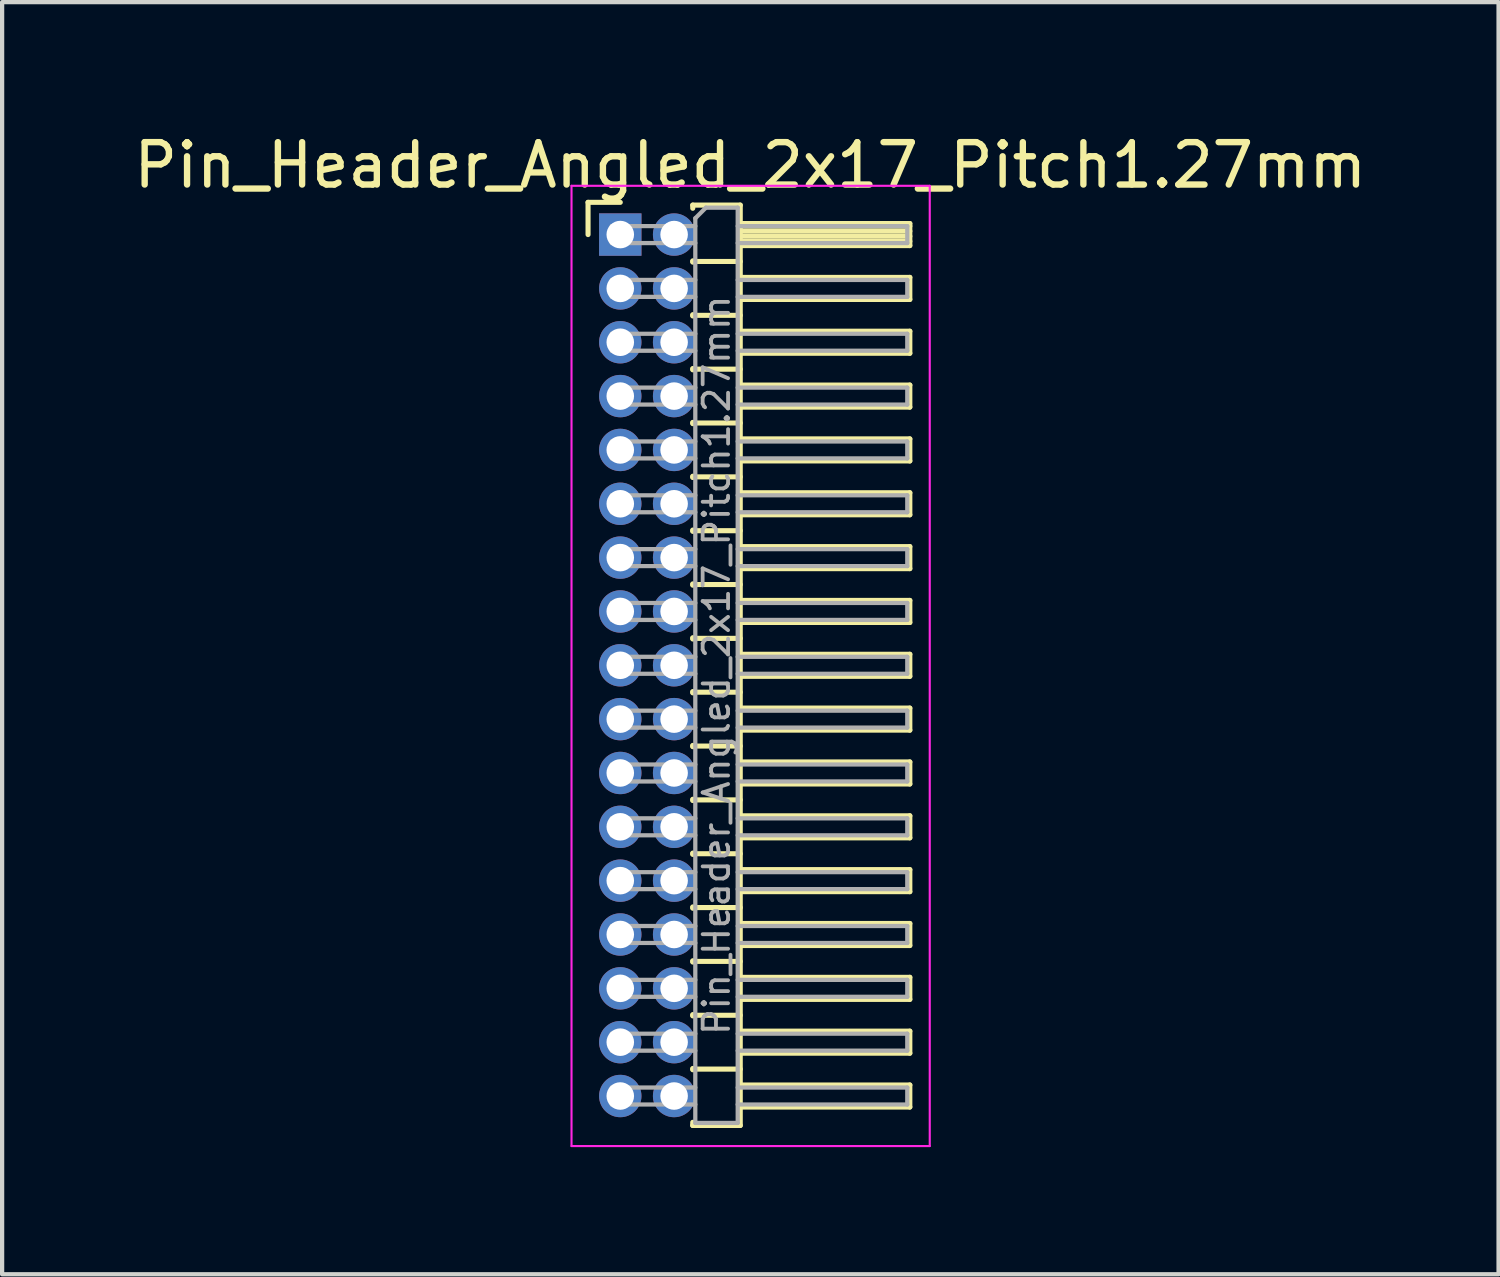
<source format=kicad_pcb>
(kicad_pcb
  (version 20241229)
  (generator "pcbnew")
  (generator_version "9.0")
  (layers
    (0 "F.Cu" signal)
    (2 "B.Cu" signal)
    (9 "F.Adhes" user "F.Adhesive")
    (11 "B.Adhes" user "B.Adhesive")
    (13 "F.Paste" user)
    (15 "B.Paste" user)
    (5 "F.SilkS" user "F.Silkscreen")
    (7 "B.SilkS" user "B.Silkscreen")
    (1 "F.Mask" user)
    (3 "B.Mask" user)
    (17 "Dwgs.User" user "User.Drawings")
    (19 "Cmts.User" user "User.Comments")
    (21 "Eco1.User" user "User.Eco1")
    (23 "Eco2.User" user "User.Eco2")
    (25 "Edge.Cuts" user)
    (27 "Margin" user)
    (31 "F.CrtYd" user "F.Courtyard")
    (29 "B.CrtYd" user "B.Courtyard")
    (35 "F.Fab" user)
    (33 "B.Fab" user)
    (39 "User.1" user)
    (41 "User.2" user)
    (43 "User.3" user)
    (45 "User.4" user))
  (footprint "Pin_Header_Angled_2x17_Pitch1.27mm"
    (layer "F.Cu")
    (at 11.581 2.483)
    (property "Reference" "Pin_Header_Angled_2x17_Pitch1.27mm" (at 3.067 -1.635 0) (layer "F.SilkS") (effects (font (size 1 1) (thickness 0.15))))
    (attr through_hole)
    (fp_line (start -0.76 -0.76) (end 0 -0.76) (stroke (width 0.12) (type solid)) (layer "F.SilkS"))
    (fp_line (start -0.76 0) (end -0.76 -0.76) (stroke (width 0.12) (type solid)) (layer "F.SilkS"))
    (fp_line (start 1.71 -0.695) (end 2.83 -0.695) (stroke (width 0.12) (type solid)) (layer "F.SilkS"))
    (fp_line (start 1.71 -0.62) (end 1.71 -0.695) (stroke (width 0.12) (type solid)) (layer "F.SilkS"))
    (fp_line (start 1.71 0.62) (end 1.71 0.65) (stroke (width 0.12) (type solid)) (layer "F.SilkS"))
    (fp_line (start 1.71 0.635) (end 2.83 0.635) (stroke (width 0.12) (type solid)) (layer "F.SilkS"))
    (fp_line (start 1.71 1.89) (end 1.71 1.92) (stroke (width 0.12) (type solid)) (layer "F.SilkS"))
    (fp_line (start 1.71 1.905) (end 2.83 1.905) (stroke (width 0.12) (type solid)) (layer "F.SilkS"))
    (fp_line (start 1.71 3.16) (end 1.71 3.19) (stroke (width 0.12) (type solid)) (layer "F.SilkS"))
    (fp_line (start 1.71 3.175) (end 2.83 3.175) (stroke (width 0.12) (type solid)) (layer "F.SilkS"))
    (fp_line (start 1.71 4.43) (end 1.71 4.46) (stroke (width 0.12) (type solid)) (layer "F.SilkS"))
    (fp_line (start 1.71 4.445) (end 2.83 4.445) (stroke (width 0.12) (type solid)) (layer "F.SilkS"))
    (fp_line (start 1.71 5.7) (end 1.71 5.73) (stroke (width 0.12) (type solid)) (layer "F.SilkS"))
    (fp_line (start 1.71 5.715) (end 2.83 5.715) (stroke (width 0.12) (type solid)) (layer "F.SilkS"))
    (fp_line (start 1.71 6.97) (end 1.71 7) (stroke (width 0.12) (type solid)) (layer "F.SilkS"))
    (fp_line (start 1.71 6.985) (end 2.83 6.985) (stroke (width 0.12) (type solid)) (layer "F.SilkS"))
    (fp_line (start 1.71 8.24) (end 1.71 8.27) (stroke (width 0.12) (type solid)) (layer "F.SilkS"))
    (fp_line (start 1.71 8.255) (end 2.83 8.255) (stroke (width 0.12) (type solid)) (layer "F.SilkS"))
    (fp_line (start 1.71 9.51) (end 1.71 9.54) (stroke (width 0.12) (type solid)) (layer "F.SilkS"))
    (fp_line (start 1.71 9.525) (end 2.83 9.525) (stroke (width 0.12) (type solid)) (layer "F.SilkS"))
    (fp_line (start 1.71 10.78) (end 1.71 10.81) (stroke (width 0.12) (type solid)) (layer "F.SilkS"))
    (fp_line (start 1.71 10.795) (end 2.83 10.795) (stroke (width 0.12) (type solid)) (layer "F.SilkS"))
    (fp_line (start 1.71 12.05) (end 1.71 12.08) (stroke (width 0.12) (type solid)) (layer "F.SilkS"))
    (fp_line (start 1.71 12.065) (end 2.83 12.065) (stroke (width 0.12) (type solid)) (layer "F.SilkS"))
    (fp_line (start 1.71 13.32) (end 1.71 13.35) (stroke (width 0.12) (type solid)) (layer "F.SilkS"))
    (fp_line (start 1.71 13.335) (end 2.83 13.335) (stroke (width 0.12) (type solid)) (layer "F.SilkS"))
    (fp_line (start 1.71 14.59) (end 1.71 14.62) (stroke (width 0.12) (type solid)) (layer "F.SilkS"))
    (fp_line (start 1.71 14.605) (end 2.83 14.605) (stroke (width 0.12) (type solid)) (layer "F.SilkS"))
    (fp_line (start 1.71 15.86) (end 1.71 15.89) (stroke (width 0.12) (type solid)) (layer "F.SilkS"))
    (fp_line (start 1.71 15.875) (end 2.83 15.875) (stroke (width 0.12) (type solid)) (layer "F.SilkS"))
    (fp_line (start 1.71 17.13) (end 1.71 17.16) (stroke (width 0.12) (type solid)) (layer "F.SilkS"))
    (fp_line (start 1.71 17.145) (end 2.83 17.145) (stroke (width 0.12) (type solid)) (layer "F.SilkS"))
    (fp_line (start 1.71 18.4) (end 1.71 18.43) (stroke (width 0.12) (type solid)) (layer "F.SilkS"))
    (fp_line (start 1.71 18.415) (end 2.83 18.415) (stroke (width 0.12) (type solid)) (layer "F.SilkS"))
    (fp_line (start 1.71 19.67) (end 1.71 19.7) (stroke (width 0.12) (type solid)) (layer "F.SilkS"))
    (fp_line (start 1.71 19.685) (end 2.83 19.685) (stroke (width 0.12) (type solid)) (layer "F.SilkS"))
    (fp_line (start 1.71 21.015) (end 1.71 20.94) (stroke (width 0.12) (type solid)) (layer "F.SilkS"))
    (fp_line (start 2.83 -0.695) (end 2.83 21.015) (stroke (width 0.12) (type solid)) (layer "F.SilkS"))
    (fp_line (start 2.83 -0.26) (end 6.83 -0.26) (stroke (width 0.12) (type solid)) (layer "F.SilkS"))
    (fp_line (start 2.83 -0.2) (end 6.83 -0.2) (stroke (width 0.12) (type solid)) (layer "F.SilkS"))
    (fp_line (start 2.83 -0.08) (end 6.83 -0.08) (stroke (width 0.12) (type solid)) (layer "F.SilkS"))
    (fp_line (start 2.83 0.04) (end 6.83 0.04) (stroke (width 0.12) (type solid)) (layer "F.SilkS"))
    (fp_line (start 2.83 0.16) (end 6.83 0.16) (stroke (width 0.12) (type solid)) (layer "F.SilkS"))
    (fp_line (start 2.83 1.01) (end 6.83 1.01) (stroke (width 0.12) (type solid)) (layer "F.SilkS"))
    (fp_line (start 2.83 2.28) (end 6.83 2.28) (stroke (width 0.12) (type solid)) (layer "F.SilkS"))
    (fp_line (start 2.83 3.55) (end 6.83 3.55) (stroke (width 0.12) (type solid)) (layer "F.SilkS"))
    (fp_line (start 2.83 4.82) (end 6.83 4.82) (stroke (width 0.12) (type solid)) (layer "F.SilkS"))
    (fp_line (start 2.83 6.09) (end 6.83 6.09) (stroke (width 0.12) (type solid)) (layer "F.SilkS"))
    (fp_line (start 2.83 7.36) (end 6.83 7.36) (stroke (width 0.12) (type solid)) (layer "F.SilkS"))
    (fp_line (start 2.83 8.63) (end 6.83 8.63) (stroke (width 0.12) (type solid)) (layer "F.SilkS"))
    (fp_line (start 2.83 9.9) (end 6.83 9.9) (stroke (width 0.12) (type solid)) (layer "F.SilkS"))
    (fp_line (start 2.83 11.17) (end 6.83 11.17) (stroke (width 0.12) (type solid)) (layer "F.SilkS"))
    (fp_line (start 2.83 12.44) (end 6.83 12.44) (stroke (width 0.12) (type solid)) (layer "F.SilkS"))
    (fp_line (start 2.83 13.71) (end 6.83 13.71) (stroke (width 0.12) (type solid)) (layer "F.SilkS"))
    (fp_line (start 2.83 14.98) (end 6.83 14.98) (stroke (width 0.12) (type solid)) (layer "F.SilkS"))
    (fp_line (start 2.83 16.25) (end 6.83 16.25) (stroke (width 0.12) (type solid)) (layer "F.SilkS"))
    (fp_line (start 2.83 17.52) (end 6.83 17.52) (stroke (width 0.12) (type solid)) (layer "F.SilkS"))
    (fp_line (start 2.83 18.79) (end 6.83 18.79) (stroke (width 0.12) (type solid)) (layer "F.SilkS"))
    (fp_line (start 2.83 20.06) (end 6.83 20.06) (stroke (width 0.12) (type solid)) (layer "F.SilkS"))
    (fp_line (start 2.83 21.015) (end 1.71 21.015) (stroke (width 0.12) (type solid)) (layer "F.SilkS"))
    (fp_line (start 6.83 -0.26) (end 6.83 0.26) (stroke (width 0.12) (type solid)) (layer "F.SilkS"))
    (fp_line (start 6.83 0.26) (end 2.83 0.26) (stroke (width 0.12) (type solid)) (layer "F.SilkS"))
    (fp_line (start 6.83 1.01) (end 6.83 1.53) (stroke (width 0.12) (type solid)) (layer "F.SilkS"))
    (fp_line (start 6.83 1.53) (end 2.83 1.53) (stroke (width 0.12) (type solid)) (layer "F.SilkS"))
    (fp_line (start 6.83 2.28) (end 6.83 2.8) (stroke (width 0.12) (type solid)) (layer "F.SilkS"))
    (fp_line (start 6.83 2.8) (end 2.83 2.8) (stroke (width 0.12) (type solid)) (layer "F.SilkS"))
    (fp_line (start 6.83 3.55) (end 6.83 4.07) (stroke (width 0.12) (type solid)) (layer "F.SilkS"))
    (fp_line (start 6.83 4.07) (end 2.83 4.07) (stroke (width 0.12) (type solid)) (layer "F.SilkS"))
    (fp_line (start 6.83 4.82) (end 6.83 5.34) (stroke (width 0.12) (type solid)) (layer "F.SilkS"))
    (fp_line (start 6.83 5.34) (end 2.83 5.34) (stroke (width 0.12) (type solid)) (layer "F.SilkS"))
    (fp_line (start 6.83 6.09) (end 6.83 6.61) (stroke (width 0.12) (type solid)) (layer "F.SilkS"))
    (fp_line (start 6.83 6.61) (end 2.83 6.61) (stroke (width 0.12) (type solid)) (layer "F.SilkS"))
    (fp_line (start 6.83 7.36) (end 6.83 7.88) (stroke (width 0.12) (type solid)) (layer "F.SilkS"))
    (fp_line (start 6.83 7.88) (end 2.83 7.88) (stroke (width 0.12) (type solid)) (layer "F.SilkS"))
    (fp_line (start 6.83 8.63) (end 6.83 9.15) (stroke (width 0.12) (type solid)) (layer "F.SilkS"))
    (fp_line (start 6.83 9.15) (end 2.83 9.15) (stroke (width 0.12) (type solid)) (layer "F.SilkS"))
    (fp_line (start 6.83 9.9) (end 6.83 10.42) (stroke (width 0.12) (type solid)) (layer "F.SilkS"))
    (fp_line (start 6.83 10.42) (end 2.83 10.42) (stroke (width 0.12) (type solid)) (layer "F.SilkS"))
    (fp_line (start 6.83 11.17) (end 6.83 11.69) (stroke (width 0.12) (type solid)) (layer "F.SilkS"))
    (fp_line (start 6.83 11.69) (end 2.83 11.69) (stroke (width 0.12) (type solid)) (layer "F.SilkS"))
    (fp_line (start 6.83 12.44) (end 6.83 12.96) (stroke (width 0.12) (type solid)) (layer "F.SilkS"))
    (fp_line (start 6.83 12.96) (end 2.83 12.96) (stroke (width 0.12) (type solid)) (layer "F.SilkS"))
    (fp_line (start 6.83 13.71) (end 6.83 14.23) (stroke (width 0.12) (type solid)) (layer "F.SilkS"))
    (fp_line (start 6.83 14.23) (end 2.83 14.23) (stroke (width 0.12) (type solid)) (layer "F.SilkS"))
    (fp_line (start 6.83 14.98) (end 6.83 15.5) (stroke (width 0.12) (type solid)) (layer "F.SilkS"))
    (fp_line (start 6.83 15.5) (end 2.83 15.5) (stroke (width 0.12) (type solid)) (layer "F.SilkS"))
    (fp_line (start 6.83 16.25) (end 6.83 16.77) (stroke (width 0.12) (type solid)) (layer "F.SilkS"))
    (fp_line (start 6.83 16.77) (end 2.83 16.77) (stroke (width 0.12) (type solid)) (layer "F.SilkS"))
    (fp_line (start 6.83 17.52) (end 6.83 18.04) (stroke (width 0.12) (type solid)) (layer "F.SilkS"))
    (fp_line (start 6.83 18.04) (end 2.83 18.04) (stroke (width 0.12) (type solid)) (layer "F.SilkS"))
    (fp_line (start 6.83 18.79) (end 6.83 19.31) (stroke (width 0.12) (type solid)) (layer "F.SilkS"))
    (fp_line (start 6.83 19.31) (end 2.83 19.31) (stroke (width 0.12) (type solid)) (layer "F.SilkS"))
    (fp_line (start 6.83 20.06) (end 6.83 20.58) (stroke (width 0.12) (type solid)) (layer "F.SilkS"))
    (fp_line (start 6.83 20.58) (end 2.83 20.58) (stroke (width 0.12) (type solid)) (layer "F.SilkS"))
    (fp_line (start -1.15 -1.15) (end -1.15 21.5) (stroke (width 0.05) (type solid)) (layer "F.CrtYd"))
    (fp_line (start -1.15 21.5) (end 7.3 21.5) (stroke (width 0.05) (type solid)) (layer "F.CrtYd"))
    (fp_line (start 7.3 -1.15) (end -1.15 -1.15) (stroke (width 0.05) (type solid)) (layer "F.CrtYd"))
    (fp_line (start 7.3 21.5) (end 7.3 -1.15) (stroke (width 0.05) (type solid)) (layer "F.CrtYd"))
    (fp_line (start -0.2 -0.2) (end -0.2 0.2) (stroke (width 0.1) (type solid)) (layer "F.Fab"))
    (fp_line (start -0.2 -0.2) (end 1.77 -0.2) (stroke (width 0.1) (type solid)) (layer "F.Fab"))
    (fp_line (start -0.2 0.2) (end 1.77 0.2) (stroke (width 0.1) (type solid)) (layer "F.Fab"))
    (fp_line (start -0.2 1.07) (end -0.2 1.47) (stroke (width 0.1) (type solid)) (layer "F.Fab"))
    (fp_line (start -0.2 1.07) (end 1.77 1.07) (stroke (width 0.1) (type solid)) (layer "F.Fab"))
    (fp_line (start -0.2 1.47) (end 1.77 1.47) (stroke (width 0.1) (type solid)) (layer "F.Fab"))
    (fp_line (start -0.2 2.34) (end -0.2 2.74) (stroke (width 0.1) (type solid)) (layer "F.Fab"))
    (fp_line (start -0.2 2.34) (end 1.77 2.34) (stroke (width 0.1) (type solid)) (layer "F.Fab"))
    (fp_line (start -0.2 2.74) (end 1.77 2.74) (stroke (width 0.1) (type solid)) (layer "F.Fab"))
    (fp_line (start -0.2 3.61) (end -0.2 4.01) (stroke (width 0.1) (type solid)) (layer "F.Fab"))
    (fp_line (start -0.2 3.61) (end 1.77 3.61) (stroke (width 0.1) (type solid)) (layer "F.Fab"))
    (fp_line (start -0.2 4.01) (end 1.77 4.01) (stroke (width 0.1) (type solid)) (layer "F.Fab"))
    (fp_line (start -0.2 4.88) (end -0.2 5.28) (stroke (width 0.1) (type solid)) (layer "F.Fab"))
    (fp_line (start -0.2 4.88) (end 1.77 4.88) (stroke (width 0.1) (type solid)) (layer "F.Fab"))
    (fp_line (start -0.2 5.28) (end 1.77 5.28) (stroke (width 0.1) (type solid)) (layer "F.Fab"))
    (fp_line (start -0.2 6.15) (end -0.2 6.55) (stroke (width 0.1) (type solid)) (layer "F.Fab"))
    (fp_line (start -0.2 6.15) (end 1.77 6.15) (stroke (width 0.1) (type solid)) (layer "F.Fab"))
    (fp_line (start -0.2 6.55) (end 1.77 6.55) (stroke (width 0.1) (type solid)) (layer "F.Fab"))
    (fp_line (start -0.2 7.42) (end -0.2 7.82) (stroke (width 0.1) (type solid)) (layer "F.Fab"))
    (fp_line (start -0.2 7.42) (end 1.77 7.42) (stroke (width 0.1) (type solid)) (layer "F.Fab"))
    (fp_line (start -0.2 7.82) (end 1.77 7.82) (stroke (width 0.1) (type solid)) (layer "F.Fab"))
    (fp_line (start -0.2 8.69) (end -0.2 9.09) (stroke (width 0.1) (type solid)) (layer "F.Fab"))
    (fp_line (start -0.2 8.69) (end 1.77 8.69) (stroke (width 0.1) (type solid)) (layer "F.Fab"))
    (fp_line (start -0.2 9.09) (end 1.77 9.09) (stroke (width 0.1) (type solid)) (layer "F.Fab"))
    (fp_line (start -0.2 9.96) (end -0.2 10.36) (stroke (width 0.1) (type solid)) (layer "F.Fab"))
    (fp_line (start -0.2 9.96) (end 1.77 9.96) (stroke (width 0.1) (type solid)) (layer "F.Fab"))
    (fp_line (start -0.2 10.36) (end 1.77 10.36) (stroke (width 0.1) (type solid)) (layer "F.Fab"))
    (fp_line (start -0.2 11.23) (end -0.2 11.63) (stroke (width 0.1) (type solid)) (layer "F.Fab"))
    (fp_line (start -0.2 11.23) (end 1.77 11.23) (stroke (width 0.1) (type solid)) (layer "F.Fab"))
    (fp_line (start -0.2 11.63) (end 1.77 11.63) (stroke (width 0.1) (type solid)) (layer "F.Fab"))
    (fp_line (start -0.2 12.5) (end -0.2 12.9) (stroke (width 0.1) (type solid)) (layer "F.Fab"))
    (fp_line (start -0.2 12.5) (end 1.77 12.5) (stroke (width 0.1) (type solid)) (layer "F.Fab"))
    (fp_line (start -0.2 12.9) (end 1.77 12.9) (stroke (width 0.1) (type solid)) (layer "F.Fab"))
    (fp_line (start -0.2 13.77) (end -0.2 14.17) (stroke (width 0.1) (type solid)) (layer "F.Fab"))
    (fp_line (start -0.2 13.77) (end 1.77 13.77) (stroke (width 0.1) (type solid)) (layer "F.Fab"))
    (fp_line (start -0.2 14.17) (end 1.77 14.17) (stroke (width 0.1) (type solid)) (layer "F.Fab"))
    (fp_line (start -0.2 15.04) (end -0.2 15.44) (stroke (width 0.1) (type solid)) (layer "F.Fab"))
    (fp_line (start -0.2 15.04) (end 1.77 15.04) (stroke (width 0.1) (type solid)) (layer "F.Fab"))
    (fp_line (start -0.2 15.44) (end 1.77 15.44) (stroke (width 0.1) (type solid)) (layer "F.Fab"))
    (fp_line (start -0.2 16.31) (end -0.2 16.71) (stroke (width 0.1) (type solid)) (layer "F.Fab"))
    (fp_line (start -0.2 16.31) (end 1.77 16.31) (stroke (width 0.1) (type solid)) (layer "F.Fab"))
    (fp_line (start -0.2 16.71) (end 1.77 16.71) (stroke (width 0.1) (type solid)) (layer "F.Fab"))
    (fp_line (start -0.2 17.58) (end -0.2 17.98) (stroke (width 0.1) (type solid)) (layer "F.Fab"))
    (fp_line (start -0.2 17.58) (end 1.77 17.58) (stroke (width 0.1) (type solid)) (layer "F.Fab"))
    (fp_line (start -0.2 17.98) (end 1.77 17.98) (stroke (width 0.1) (type solid)) (layer "F.Fab"))
    (fp_line (start -0.2 18.85) (end -0.2 19.25) (stroke (width 0.1) (type solid)) (layer "F.Fab"))
    (fp_line (start -0.2 18.85) (end 1.77 18.85) (stroke (width 0.1) (type solid)) (layer "F.Fab"))
    (fp_line (start -0.2 19.25) (end 1.77 19.25) (stroke (width 0.1) (type solid)) (layer "F.Fab"))
    (fp_line (start -0.2 20.12) (end -0.2 20.52) (stroke (width 0.1) (type solid)) (layer "F.Fab"))
    (fp_line (start -0.2 20.12) (end 1.77 20.12) (stroke (width 0.1) (type solid)) (layer "F.Fab"))
    (fp_line (start -0.2 20.52) (end 1.77 20.52) (stroke (width 0.1) (type solid)) (layer "F.Fab"))
    (fp_line (start 1.77 -0.385) (end 2.02 -0.635) (stroke (width 0.1) (type solid)) (layer "F.Fab"))
    (fp_line (start 1.77 20.955) (end 1.77 -0.385) (stroke (width 0.1) (type solid)) (layer "F.Fab"))
    (fp_line (start 2.02 -0.635) (end 2.77 -0.635) (stroke (width 0.1) (type solid)) (layer "F.Fab"))
    (fp_line (start 2.77 -0.635) (end 2.77 20.955) (stroke (width 0.1) (type solid)) (layer "F.Fab"))
    (fp_line (start 2.77 -0.2) (end 6.77 -0.2) (stroke (width 0.1) (type solid)) (layer "F.Fab"))
    (fp_line (start 2.77 0.2) (end 6.77 0.2) (stroke (width 0.1) (type solid)) (layer "F.Fab"))
    (fp_line (start 2.77 1.07) (end 6.77 1.07) (stroke (width 0.1) (type solid)) (layer "F.Fab"))
    (fp_line (start 2.77 1.47) (end 6.77 1.47) (stroke (width 0.1) (type solid)) (layer "F.Fab"))
    (fp_line (start 2.77 2.34) (end 6.77 2.34) (stroke (width 0.1) (type solid)) (layer "F.Fab"))
    (fp_line (start 2.77 2.74) (end 6.77 2.74) (stroke (width 0.1) (type solid)) (layer "F.Fab"))
    (fp_line (start 2.77 3.61) (end 6.77 3.61) (stroke (width 0.1) (type solid)) (layer "F.Fab"))
    (fp_line (start 2.77 4.01) (end 6.77 4.01) (stroke (width 0.1) (type solid)) (layer "F.Fab"))
    (fp_line (start 2.77 4.88) (end 6.77 4.88) (stroke (width 0.1) (type solid)) (layer "F.Fab"))
    (fp_line (start 2.77 5.28) (end 6.77 5.28) (stroke (width 0.1) (type solid)) (layer "F.Fab"))
    (fp_line (start 2.77 6.15) (end 6.77 6.15) (stroke (width 0.1) (type solid)) (layer "F.Fab"))
    (fp_line (start 2.77 6.55) (end 6.77 6.55) (stroke (width 0.1) (type solid)) (layer "F.Fab"))
    (fp_line (start 2.77 7.42) (end 6.77 7.42) (stroke (width 0.1) (type solid)) (layer "F.Fab"))
    (fp_line (start 2.77 7.82) (end 6.77 7.82) (stroke (width 0.1) (type solid)) (layer "F.Fab"))
    (fp_line (start 2.77 8.69) (end 6.77 8.69) (stroke (width 0.1) (type solid)) (layer "F.Fab"))
    (fp_line (start 2.77 9.09) (end 6.77 9.09) (stroke (width 0.1) (type solid)) (layer "F.Fab"))
    (fp_line (start 2.77 9.96) (end 6.77 9.96) (stroke (width 0.1) (type solid)) (layer "F.Fab"))
    (fp_line (start 2.77 10.36) (end 6.77 10.36) (stroke (width 0.1) (type solid)) (layer "F.Fab"))
    (fp_line (start 2.77 11.23) (end 6.77 11.23) (stroke (width 0.1) (type solid)) (layer "F.Fab"))
    (fp_line (start 2.77 11.63) (end 6.77 11.63) (stroke (width 0.1) (type solid)) (layer "F.Fab"))
    (fp_line (start 2.77 12.5) (end 6.77 12.5) (stroke (width 0.1) (type solid)) (layer "F.Fab"))
    (fp_line (start 2.77 12.9) (end 6.77 12.9) (stroke (width 0.1) (type solid)) (layer "F.Fab"))
    (fp_line (start 2.77 13.77) (end 6.77 13.77) (stroke (width 0.1) (type solid)) (layer "F.Fab"))
    (fp_line (start 2.77 14.17) (end 6.77 14.17) (stroke (width 0.1) (type solid)) (layer "F.Fab"))
    (fp_line (start 2.77 15.04) (end 6.77 15.04) (stroke (width 0.1) (type solid)) (layer "F.Fab"))
    (fp_line (start 2.77 15.44) (end 6.77 15.44) (stroke (width 0.1) (type solid)) (layer "F.Fab"))
    (fp_line (start 2.77 16.31) (end 6.77 16.31) (stroke (width 0.1) (type solid)) (layer "F.Fab"))
    (fp_line (start 2.77 16.71) (end 6.77 16.71) (stroke (width 0.1) (type solid)) (layer "F.Fab"))
    (fp_line (start 2.77 17.58) (end 6.77 17.58) (stroke (width 0.1) (type solid)) (layer "F.Fab"))
    (fp_line (start 2.77 17.98) (end 6.77 17.98) (stroke (width 0.1) (type solid)) (layer "F.Fab"))
    (fp_line (start 2.77 18.85) (end 6.77 18.85) (stroke (width 0.1) (type solid)) (layer "F.Fab"))
    (fp_line (start 2.77 19.25) (end 6.77 19.25) (stroke (width 0.1) (type solid)) (layer "F.Fab"))
    (fp_line (start 2.77 20.12) (end 6.77 20.12) (stroke (width 0.1) (type solid)) (layer "F.Fab"))
    (fp_line (start 2.77 20.52) (end 6.77 20.52) (stroke (width 0.1) (type solid)) (layer "F.Fab"))
    (fp_line (start 2.77 20.955) (end 1.77 20.955) (stroke (width 0.1) (type solid)) (layer "F.Fab"))
    (fp_line (start 6.77 -0.2) (end 6.77 0.2) (stroke (width 0.1) (type solid)) (layer "F.Fab"))
    (fp_line (start 6.77 1.07) (end 6.77 1.47) (stroke (width 0.1) (type solid)) (layer "F.Fab"))
    (fp_line (start 6.77 2.34) (end 6.77 2.74) (stroke (width 0.1) (type solid)) (layer "F.Fab"))
    (fp_line (start 6.77 3.61) (end 6.77 4.01) (stroke (width 0.1) (type solid)) (layer "F.Fab"))
    (fp_line (start 6.77 4.88) (end 6.77 5.28) (stroke (width 0.1) (type solid)) (layer "F.Fab"))
    (fp_line (start 6.77 6.15) (end 6.77 6.55) (stroke (width 0.1) (type solid)) (layer "F.Fab"))
    (fp_line (start 6.77 7.42) (end 6.77 7.82) (stroke (width 0.1) (type solid)) (layer "F.Fab"))
    (fp_line (start 6.77 8.69) (end 6.77 9.09) (stroke (width 0.1) (type solid)) (layer "F.Fab"))
    (fp_line (start 6.77 9.96) (end 6.77 10.36) (stroke (width 0.1) (type solid)) (layer "F.Fab"))
    (fp_line (start 6.77 11.23) (end 6.77 11.63) (stroke (width 0.1) (type solid)) (layer "F.Fab"))
    (fp_line (start 6.77 12.5) (end 6.77 12.9) (stroke (width 0.1) (type solid)) (layer "F.Fab"))
    (fp_line (start 6.77 13.77) (end 6.77 14.17) (stroke (width 0.1) (type solid)) (layer "F.Fab"))
    (fp_line (start 6.77 15.04) (end 6.77 15.44) (stroke (width 0.1) (type solid)) (layer "F.Fab"))
    (fp_line (start 6.77 16.31) (end 6.77 16.71) (stroke (width 0.1) (type solid)) (layer "F.Fab"))
    (fp_line (start 6.77 17.58) (end 6.77 17.98) (stroke (width 0.1) (type solid)) (layer "F.Fab"))
    (fp_line (start 6.77 18.85) (end 6.77 19.25) (stroke (width 0.1) (type solid)) (layer "F.Fab"))
    (fp_line (start 6.77 20.12) (end 6.77 20.52) (stroke (width 0.1) (type solid)) (layer "F.Fab"))
    (fp_text user "${REFERENCE}" (at 2.27 10.16 90) (layer "F.Fab") (effects (font (size 0.6 0.6) (thickness 0.09))))
    (pad "1" thru_hole rect (at 0 0) (size 1 1) (drill 0.65) (layers "*.Cu" "*.Mask"))
    (pad "2" thru_hole oval (at 1.27 0) (size 1 1) (drill 0.65) (layers "*.Cu" "*.Mask"))
    (pad "3" thru_hole oval (at 0 1.27) (size 1 1) (drill 0.65) (layers "*.Cu" "*.Mask"))
    (pad "4" thru_hole oval (at 1.27 1.27) (size 1 1) (drill 0.65) (layers "*.Cu" "*.Mask"))
    (pad "5" thru_hole oval (at 0 2.54) (size 1 1) (drill 0.65) (layers "*.Cu" "*.Mask"))
    (pad "6" thru_hole oval (at 1.27 2.54) (size 1 1) (drill 0.65) (layers "*.Cu" "*.Mask"))
    (pad "7" thru_hole oval (at 0 3.81) (size 1 1) (drill 0.65) (layers "*.Cu" "*.Mask"))
    (pad "8" thru_hole oval (at 1.27 3.81) (size 1 1) (drill 0.65) (layers "*.Cu" "*.Mask"))
    (pad "9" thru_hole oval (at 0 5.08) (size 1 1) (drill 0.65) (layers "*.Cu" "*.Mask"))
    (pad "10" thru_hole oval (at 1.27 5.08) (size 1 1) (drill 0.65) (layers "*.Cu" "*.Mask"))
    (pad "11" thru_hole oval (at 0 6.35) (size 1 1) (drill 0.65) (layers "*.Cu" "*.Mask"))
    (pad "12" thru_hole oval (at 1.27 6.35) (size 1 1) (drill 0.65) (layers "*.Cu" "*.Mask"))
    (pad "13" thru_hole oval (at 0 7.62) (size 1 1) (drill 0.65) (layers "*.Cu" "*.Mask"))
    (pad "14" thru_hole oval (at 1.27 7.62) (size 1 1) (drill 0.65) (layers "*.Cu" "*.Mask"))
    (pad "15" thru_hole oval (at 0 8.89) (size 1 1) (drill 0.65) (layers "*.Cu" "*.Mask"))
    (pad "16" thru_hole oval (at 1.27 8.89) (size 1 1) (drill 0.65) (layers "*.Cu" "*.Mask"))
    (pad "17" thru_hole oval (at 0 10.16) (size 1 1) (drill 0.65) (layers "*.Cu" "*.Mask"))
    (pad "18" thru_hole oval (at 1.27 10.16) (size 1 1) (drill 0.65) (layers "*.Cu" "*.Mask"))
    (pad "19" thru_hole oval (at 0 11.43) (size 1 1) (drill 0.65) (layers "*.Cu" "*.Mask"))
    (pad "20" thru_hole oval (at 1.27 11.43) (size 1 1) (drill 0.65) (layers "*.Cu" "*.Mask"))
    (pad "21" thru_hole oval (at 0 12.7) (size 1 1) (drill 0.65) (layers "*.Cu" "*.Mask"))
    (pad "22" thru_hole oval (at 1.27 12.7) (size 1 1) (drill 0.65) (layers "*.Cu" "*.Mask"))
    (pad "23" thru_hole oval (at 0 13.97) (size 1 1) (drill 0.65) (layers "*.Cu" "*.Mask"))
    (pad "24" thru_hole oval (at 1.27 13.97) (size 1 1) (drill 0.65) (layers "*.Cu" "*.Mask"))
    (pad "25" thru_hole oval (at 0 15.24) (size 1 1) (drill 0.65) (layers "*.Cu" "*.Mask"))
    (pad "26" thru_hole oval (at 1.27 15.24) (size 1 1) (drill 0.65) (layers "*.Cu" "*.Mask"))
    (pad "27" thru_hole oval (at 0 16.51) (size 1 1) (drill 0.65) (layers "*.Cu" "*.Mask"))
    (pad "28" thru_hole oval (at 1.27 16.51) (size 1 1) (drill 0.65) (layers "*.Cu" "*.Mask"))
    (pad "29" thru_hole oval (at 0 17.78) (size 1 1) (drill 0.65) (layers "*.Cu" "*.Mask"))
    (pad "30" thru_hole oval (at 1.27 17.78) (size 1 1) (drill 0.65) (layers "*.Cu" "*.Mask"))
    (pad "31" thru_hole oval (at 0 19.05) (size 1 1) (drill 0.65) (layers "*.Cu" "*.Mask"))
    (pad "32" thru_hole oval (at 1.27 19.05) (size 1 1) (drill 0.65) (layers "*.Cu" "*.Mask"))
    (pad "33" thru_hole oval (at 0 20.32) (size 1 1) (drill 0.65) (layers "*.Cu" "*.Mask"))
    (pad "34" thru_hole oval (at 1.27 20.32) (size 1 1) (drill 0.65) (layers "*.Cu" "*.Mask")))
  (gr_rect
    (start -3 -3)
    (end 32.298 27.008)
    (stroke (width 0.1) (type default))
    (fill no)
    (layer "Edge.Cuts")))
</source>
